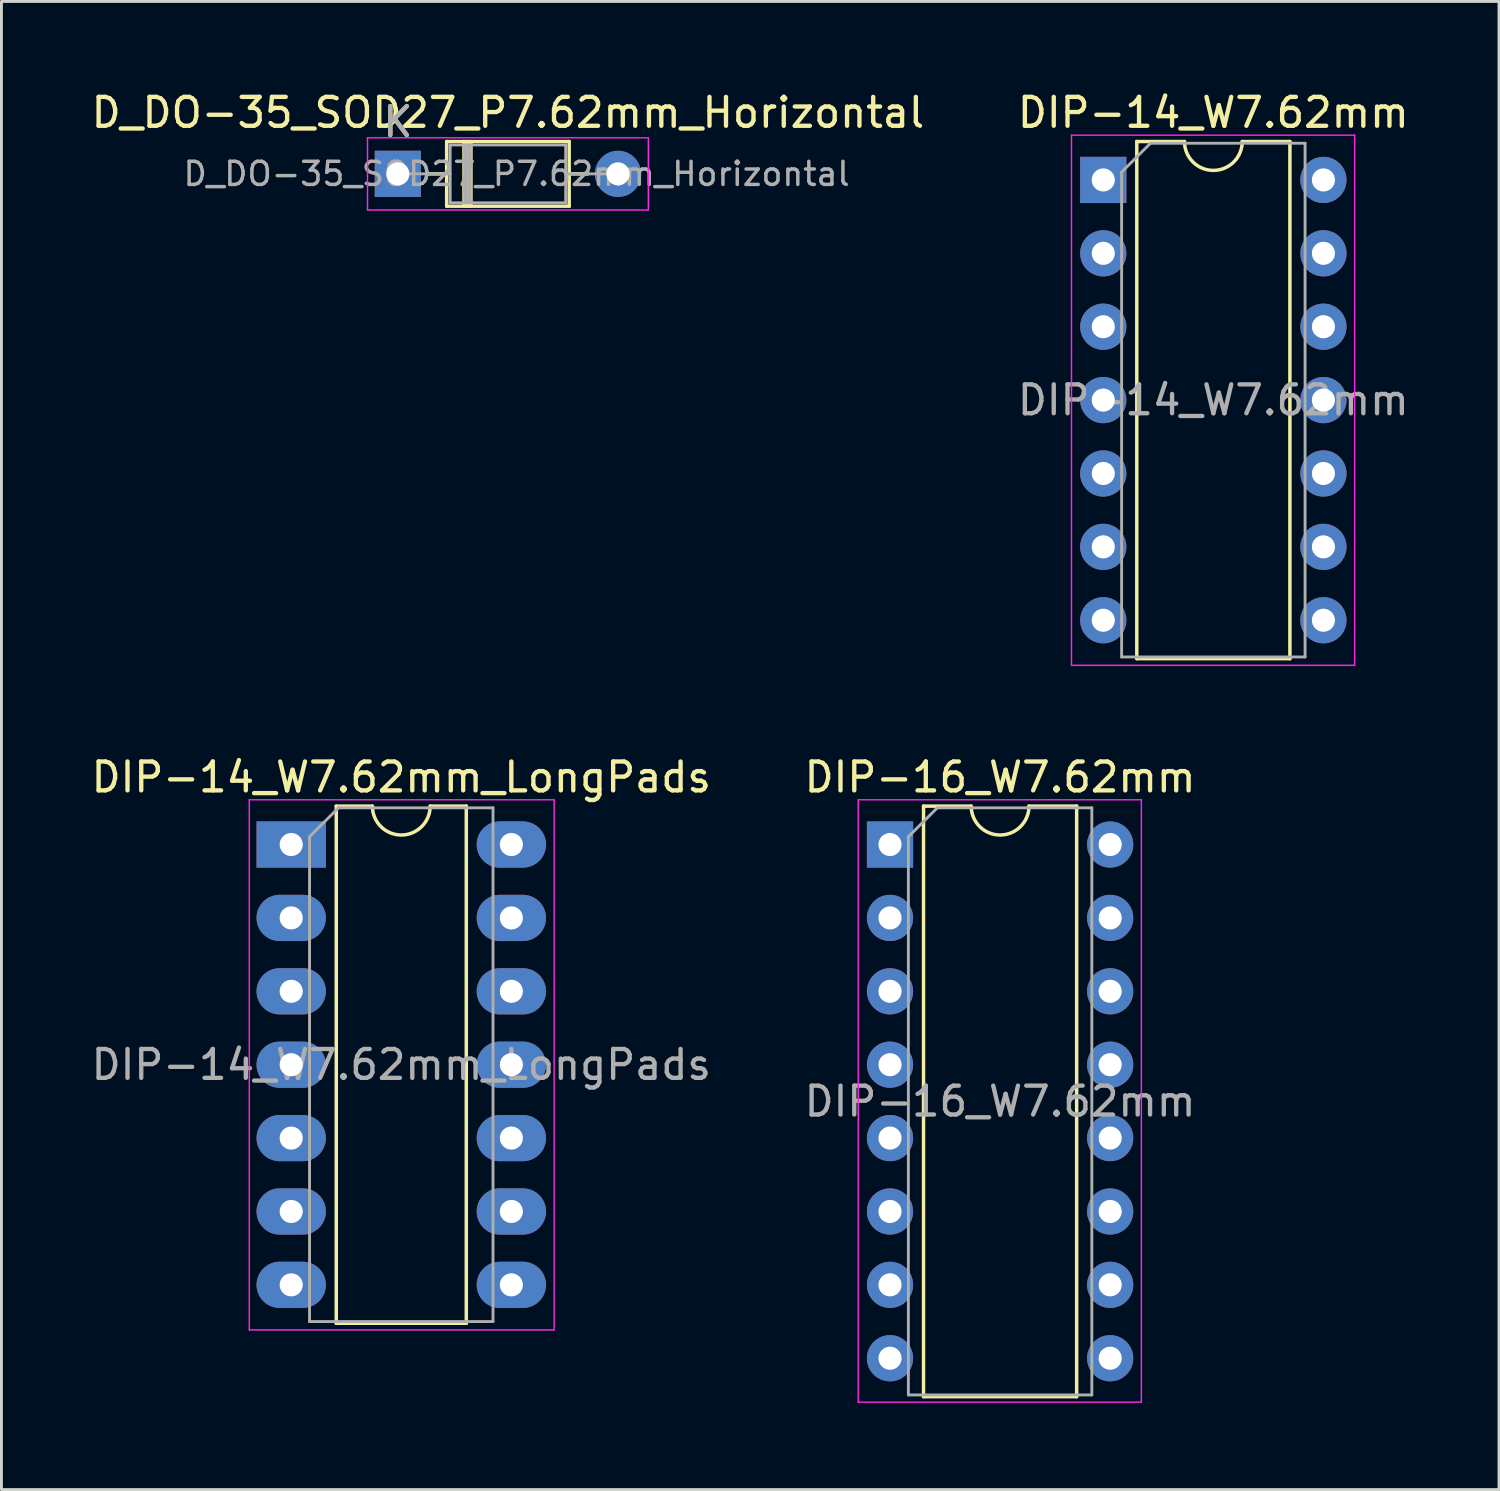
<source format=kicad_pcb>
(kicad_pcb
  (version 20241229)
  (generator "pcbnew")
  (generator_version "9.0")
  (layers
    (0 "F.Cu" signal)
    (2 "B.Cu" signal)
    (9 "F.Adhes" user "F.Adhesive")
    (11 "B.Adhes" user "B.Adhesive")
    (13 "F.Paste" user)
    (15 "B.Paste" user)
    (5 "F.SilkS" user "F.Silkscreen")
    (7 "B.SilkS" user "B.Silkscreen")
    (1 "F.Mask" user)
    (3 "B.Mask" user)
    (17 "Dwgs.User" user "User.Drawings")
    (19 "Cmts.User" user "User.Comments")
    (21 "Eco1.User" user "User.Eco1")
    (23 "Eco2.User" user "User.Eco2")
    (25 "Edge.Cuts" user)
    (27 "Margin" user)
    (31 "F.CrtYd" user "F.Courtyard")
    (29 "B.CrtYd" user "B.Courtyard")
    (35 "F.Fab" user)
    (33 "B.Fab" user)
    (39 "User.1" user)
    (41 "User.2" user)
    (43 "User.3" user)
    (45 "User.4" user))
  (footprint "D_DO-35_SOD27_P7.62mm_Horizontal"
    (layer "F.Cu")
    (at 10.72 2.968)
    (property "Reference" "D_DO-35_SOD27_P7.62mm_Horizontal" (at 3.81 -2.12 0) (layer "F.SilkS") (effects (font (size 1 1) (thickness 0.15))))
    (attr through_hole)
    (fp_line (start 1.04 0) (end 1.69 0) (stroke (width 0.12) (type solid)) (layer "F.SilkS"))
    (fp_line (start 1.69 -1.12) (end 1.69 1.12) (stroke (width 0.12) (type solid)) (layer "F.SilkS"))
    (fp_line (start 1.69 1.12) (end 5.93 1.12) (stroke (width 0.12) (type solid)) (layer "F.SilkS"))
    (fp_line (start 2.29 -1.12) (end 2.29 1.12) (stroke (width 0.12) (type solid)) (layer "F.SilkS"))
    (fp_line (start 2.41 -1.12) (end 2.41 1.12) (stroke (width 0.12) (type solid)) (layer "F.SilkS"))
    (fp_line (start 2.53 -1.12) (end 2.53 1.12) (stroke (width 0.12) (type solid)) (layer "F.SilkS"))
    (fp_line (start 5.93 -1.12) (end 1.69 -1.12) (stroke (width 0.12) (type solid)) (layer "F.SilkS"))
    (fp_line (start 5.93 1.12) (end 5.93 -1.12) (stroke (width 0.12) (type solid)) (layer "F.SilkS"))
    (fp_line (start 6.58 0) (end 5.93 0) (stroke (width 0.12) (type solid)) (layer "F.SilkS"))
    (fp_line (start -1.05 -1.25) (end -1.05 1.25) (stroke (width 0.05) (type solid)) (layer "F.CrtYd"))
    (fp_line (start -1.05 1.25) (end 8.67 1.25) (stroke (width 0.05) (type solid)) (layer "F.CrtYd"))
    (fp_line (start 8.67 -1.25) (end -1.05 -1.25) (stroke (width 0.05) (type solid)) (layer "F.CrtYd"))
    (fp_line (start 8.67 1.25) (end 8.67 -1.25) (stroke (width 0.05) (type solid)) (layer "F.CrtYd"))
    (fp_line (start 0 0) (end 1.81 0) (stroke (width 0.1) (type solid)) (layer "F.Fab"))
    (fp_line (start 1.81 -1) (end 1.81 1) (stroke (width 0.1) (type solid)) (layer "F.Fab"))
    (fp_line (start 1.81 1) (end 5.81 1) (stroke (width 0.1) (type solid)) (layer "F.Fab"))
    (fp_line (start 2.31 -1) (end 2.31 1) (stroke (width 0.1) (type solid)) (layer "F.Fab"))
    (fp_line (start 2.41 -1) (end 2.41 1) (stroke (width 0.1) (type solid)) (layer "F.Fab"))
    (fp_line (start 2.51 -1) (end 2.51 1) (stroke (width 0.1) (type solid)) (layer "F.Fab"))
    (fp_line (start 5.81 -1) (end 1.81 -1) (stroke (width 0.1) (type solid)) (layer "F.Fab"))
    (fp_line (start 5.81 1) (end 5.81 -1) (stroke (width 0.1) (type solid)) (layer "F.Fab"))
    (fp_line (start 7.62 0) (end 5.81 0) (stroke (width 0.1) (type solid)) (layer "F.Fab"))
    (fp_text user "K" (at 0 -1.8 0) (layer "F.SilkS") (effects (font (size 1 1) (thickness 0.15))))
    (fp_text user "${REFERENCE}" (at 4.11 0 0) (layer "F.Fab") (effects (font (size 0.8 0.8) (thickness 0.12))))
    (fp_text user "K" (at 0 -1.8 0) (layer "F.Fab") (effects (font (size 1 1) (thickness 0.15))))
    (pad "1" thru_hole rect (at 0 0) (size 1.6 1.6) (drill 0.8) (layers "*.Cu" "*.Mask"))
    (pad "2" thru_hole oval (at 7.62 0) (size 1.6 1.6) (drill 0.8) (layers "*.Cu" "*.Mask")))
  (footprint "DIP-14_W7.62mm"
    (layer "F.Cu")
    (at 35.136 3.178)
    (property "Reference" "DIP-14_W7.62mm" (at 3.81 -2.33 0) (layer "F.SilkS") (effects (font (size 1 1) (thickness 0.15))))
    (attr through_hole)
    (fp_line (start 1.16 -1.33) (end 1.16 16.57) (stroke (width 0.12) (type solid)) (layer "F.SilkS"))
    (fp_line (start 1.16 16.57) (end 6.46 16.57) (stroke (width 0.12) (type solid)) (layer "F.SilkS"))
    (fp_line (start 2.81 -1.33) (end 1.16 -1.33) (stroke (width 0.12) (type solid)) (layer "F.SilkS"))
    (fp_line (start 6.46 -1.33) (end 4.81 -1.33) (stroke (width 0.12) (type solid)) (layer "F.SilkS"))
    (fp_line (start 6.46 16.57) (end 6.46 -1.33) (stroke (width 0.12) (type solid)) (layer "F.SilkS"))
    (fp_arc (start 4.81 -1.33) (mid 3.81 -0.33) (end 2.81 -1.33) (stroke (width 0.12) (type solid)) (layer "F.SilkS"))
    (fp_line (start -1.1 -1.55) (end -1.1 16.8) (stroke (width 0.05) (type solid)) (layer "F.CrtYd"))
    (fp_line (start -1.1 16.8) (end 8.7 16.8) (stroke (width 0.05) (type solid)) (layer "F.CrtYd"))
    (fp_line (start 8.7 -1.55) (end -1.1 -1.55) (stroke (width 0.05) (type solid)) (layer "F.CrtYd"))
    (fp_line (start 8.7 16.8) (end 8.7 -1.55) (stroke (width 0.05) (type solid)) (layer "F.CrtYd"))
    (fp_line (start 0.635 -0.27) (end 1.635 -1.27) (stroke (width 0.1) (type solid)) (layer "F.Fab"))
    (fp_line (start 0.635 16.51) (end 0.635 -0.27) (stroke (width 0.1) (type solid)) (layer "F.Fab"))
    (fp_line (start 1.635 -1.27) (end 6.985 -1.27) (stroke (width 0.1) (type solid)) (layer "F.Fab"))
    (fp_line (start 6.985 -1.27) (end 6.985 16.51) (stroke (width 0.1) (type solid)) (layer "F.Fab"))
    (fp_line (start 6.985 16.51) (end 0.635 16.51) (stroke (width 0.1) (type solid)) (layer "F.Fab"))
    (fp_text user "${REFERENCE}" (at 3.81 7.62 0) (layer "F.Fab") (effects (font (size 1 1) (thickness 0.15))))
    (pad "1" thru_hole rect (at 0 0) (size 1.6 1.6) (drill 0.8) (layers "*.Cu" "*.Mask"))
    (pad "2" thru_hole oval (at 0 2.54) (size 1.6 1.6) (drill 0.8) (layers "*.Cu" "*.Mask"))
    (pad "3" thru_hole oval (at 0 5.08) (size 1.6 1.6) (drill 0.8) (layers "*.Cu" "*.Mask"))
    (pad "4" thru_hole oval (at 0 7.62) (size 1.6 1.6) (drill 0.8) (layers "*.Cu" "*.Mask"))
    (pad "5" thru_hole oval (at 0 10.16) (size 1.6 1.6) (drill 0.8) (layers "*.Cu" "*.Mask"))
    (pad "6" thru_hole oval (at 0 12.7) (size 1.6 1.6) (drill 0.8) (layers "*.Cu" "*.Mask"))
    (pad "7" thru_hole oval (at 0 15.24) (size 1.6 1.6) (drill 0.8) (layers "*.Cu" "*.Mask"))
    (pad "8" thru_hole oval (at 7.62 15.24) (size 1.6 1.6) (drill 0.8) (layers "*.Cu" "*.Mask"))
    (pad "9" thru_hole oval (at 7.62 12.7) (size 1.6 1.6) (drill 0.8) (layers "*.Cu" "*.Mask"))
    (pad "10" thru_hole oval (at 7.62 10.16) (size 1.6 1.6) (drill 0.8) (layers "*.Cu" "*.Mask"))
    (pad "11" thru_hole oval (at 7.62 7.62) (size 1.6 1.6) (drill 0.8) (layers "*.Cu" "*.Mask"))
    (pad "12" thru_hole oval (at 7.62 5.08) (size 1.6 1.6) (drill 0.8) (layers "*.Cu" "*.Mask"))
    (pad "13" thru_hole oval (at 7.62 2.54) (size 1.6 1.6) (drill 0.8) (layers "*.Cu" "*.Mask"))
    (pad "14" thru_hole oval (at 7.62 0) (size 1.6 1.6) (drill 0.8) (layers "*.Cu" "*.Mask")))
  (footprint "DIP-14_W7.62mm_LongPads"
    (layer "F.Cu")
    (at 7.029 26.181)
    (property "Reference" "DIP-14_W7.62mm_LongPads" (at 3.81 -2.33 0) (layer "F.SilkS") (effects (font (size 1 1) (thickness 0.15))))
    (attr through_hole)
    (fp_line (start 1.56 -1.33) (end 1.56 16.57) (stroke (width 0.12) (type solid)) (layer "F.SilkS"))
    (fp_line (start 1.56 16.57) (end 6.06 16.57) (stroke (width 0.12) (type solid)) (layer "F.SilkS"))
    (fp_line (start 2.81 -1.33) (end 1.56 -1.33) (stroke (width 0.12) (type solid)) (layer "F.SilkS"))
    (fp_line (start 6.06 -1.33) (end 4.81 -1.33) (stroke (width 0.12) (type solid)) (layer "F.SilkS"))
    (fp_line (start 6.06 16.57) (end 6.06 -1.33) (stroke (width 0.12) (type solid)) (layer "F.SilkS"))
    (fp_arc (start 4.81 -1.33) (mid 3.81 -0.33) (end 2.81 -1.33) (stroke (width 0.12) (type solid)) (layer "F.SilkS"))
    (fp_line (start -1.45 -1.55) (end -1.45 16.8) (stroke (width 0.05) (type solid)) (layer "F.CrtYd"))
    (fp_line (start -1.45 16.8) (end 9.1 16.8) (stroke (width 0.05) (type solid)) (layer "F.CrtYd"))
    (fp_line (start 9.1 -1.55) (end -1.45 -1.55) (stroke (width 0.05) (type solid)) (layer "F.CrtYd"))
    (fp_line (start 9.1 16.8) (end 9.1 -1.55) (stroke (width 0.05) (type solid)) (layer "F.CrtYd"))
    (fp_line (start 0.635 -0.27) (end 1.635 -1.27) (stroke (width 0.1) (type solid)) (layer "F.Fab"))
    (fp_line (start 0.635 16.51) (end 0.635 -0.27) (stroke (width 0.1) (type solid)) (layer "F.Fab"))
    (fp_line (start 1.635 -1.27) (end 6.985 -1.27) (stroke (width 0.1) (type solid)) (layer "F.Fab"))
    (fp_line (start 6.985 -1.27) (end 6.985 16.51) (stroke (width 0.1) (type solid)) (layer "F.Fab"))
    (fp_line (start 6.985 16.51) (end 0.635 16.51) (stroke (width 0.1) (type solid)) (layer "F.Fab"))
    (fp_text user "${REFERENCE}" (at 3.81 7.62 0) (layer "F.Fab") (effects (font (size 1 1) (thickness 0.15))))
    (pad "1" thru_hole rect (at 0 0) (size 2.4 1.6) (drill 0.8) (layers "*.Cu" "*.Mask"))
    (pad "2" thru_hole oval (at 0 2.54) (size 2.4 1.6) (drill 0.8) (layers "*.Cu" "*.Mask"))
    (pad "3" thru_hole oval (at 0 5.08) (size 2.4 1.6) (drill 0.8) (layers "*.Cu" "*.Mask"))
    (pad "4" thru_hole oval (at 0 7.62) (size 2.4 1.6) (drill 0.8) (layers "*.Cu" "*.Mask"))
    (pad "5" thru_hole oval (at 0 10.16) (size 2.4 1.6) (drill 0.8) (layers "*.Cu" "*.Mask"))
    (pad "6" thru_hole oval (at 0 12.7) (size 2.4 1.6) (drill 0.8) (layers "*.Cu" "*.Mask"))
    (pad "7" thru_hole oval (at 0 15.24) (size 2.4 1.6) (drill 0.8) (layers "*.Cu" "*.Mask"))
    (pad "8" thru_hole oval (at 7.62 15.24) (size 2.4 1.6) (drill 0.8) (layers "*.Cu" "*.Mask"))
    (pad "9" thru_hole oval (at 7.62 12.7) (size 2.4 1.6) (drill 0.8) (layers "*.Cu" "*.Mask"))
    (pad "10" thru_hole oval (at 7.62 10.16) (size 2.4 1.6) (drill 0.8) (layers "*.Cu" "*.Mask"))
    (pad "11" thru_hole oval (at 7.62 7.62) (size 2.4 1.6) (drill 0.8) (layers "*.Cu" "*.Mask"))
    (pad "12" thru_hole oval (at 7.62 5.08) (size 2.4 1.6) (drill 0.8) (layers "*.Cu" "*.Mask"))
    (pad "13" thru_hole oval (at 7.62 2.54) (size 2.4 1.6) (drill 0.8) (layers "*.Cu" "*.Mask"))
    (pad "14" thru_hole oval (at 7.62 0) (size 2.4 1.6) (drill 0.8) (layers "*.Cu" "*.Mask")))
  (footprint "DIP-16_W7.62mm"
    (layer "F.Cu")
    (at 27.755 26.181)
    (property "Reference" "DIP-16_W7.62mm" (at 3.81 -2.33 0) (layer "F.SilkS") (effects (font (size 1 1) (thickness 0.15))))
    (attr through_hole)
    (fp_line (start 1.16 -1.33) (end 1.16 19.11) (stroke (width 0.12) (type solid)) (layer "F.SilkS"))
    (fp_line (start 1.16 19.11) (end 6.46 19.11) (stroke (width 0.12) (type solid)) (layer "F.SilkS"))
    (fp_line (start 2.81 -1.33) (end 1.16 -1.33) (stroke (width 0.12) (type solid)) (layer "F.SilkS"))
    (fp_line (start 6.46 -1.33) (end 4.81 -1.33) (stroke (width 0.12) (type solid)) (layer "F.SilkS"))
    (fp_line (start 6.46 19.11) (end 6.46 -1.33) (stroke (width 0.12) (type solid)) (layer "F.SilkS"))
    (fp_arc (start 4.81 -1.33) (mid 3.81 -0.33) (end 2.81 -1.33) (stroke (width 0.12) (type solid)) (layer "F.SilkS"))
    (fp_line (start -1.1 -1.55) (end -1.1 19.3) (stroke (width 0.05) (type solid)) (layer "F.CrtYd"))
    (fp_line (start -1.1 19.3) (end 8.7 19.3) (stroke (width 0.05) (type solid)) (layer "F.CrtYd"))
    (fp_line (start 8.7 -1.55) (end -1.1 -1.55) (stroke (width 0.05) (type solid)) (layer "F.CrtYd"))
    (fp_line (start 8.7 19.3) (end 8.7 -1.55) (stroke (width 0.05) (type solid)) (layer "F.CrtYd"))
    (fp_line (start 0.635 -0.27) (end 1.635 -1.27) (stroke (width 0.1) (type solid)) (layer "F.Fab"))
    (fp_line (start 0.635 19.05) (end 0.635 -0.27) (stroke (width 0.1) (type solid)) (layer "F.Fab"))
    (fp_line (start 1.635 -1.27) (end 6.985 -1.27) (stroke (width 0.1) (type solid)) (layer "F.Fab"))
    (fp_line (start 6.985 -1.27) (end 6.985 19.05) (stroke (width 0.1) (type solid)) (layer "F.Fab"))
    (fp_line (start 6.985 19.05) (end 0.635 19.05) (stroke (width 0.1) (type solid)) (layer "F.Fab"))
    (fp_text user "${REFERENCE}" (at 3.81 8.89 0) (layer "F.Fab") (effects (font (size 1 1) (thickness 0.15))))
    (pad "1" thru_hole rect (at 0 0) (size 1.6 1.6) (drill 0.8) (layers "*.Cu" "*.Mask"))
    (pad "2" thru_hole oval (at 0 2.54) (size 1.6 1.6) (drill 0.8) (layers "*.Cu" "*.Mask"))
    (pad "3" thru_hole oval (at 0 5.08) (size 1.6 1.6) (drill 0.8) (layers "*.Cu" "*.Mask"))
    (pad "4" thru_hole oval (at 0 7.62) (size 1.6 1.6) (drill 0.8) (layers "*.Cu" "*.Mask"))
    (pad "5" thru_hole oval (at 0 10.16) (size 1.6 1.6) (drill 0.8) (layers "*.Cu" "*.Mask"))
    (pad "6" thru_hole oval (at 0 12.7) (size 1.6 1.6) (drill 0.8) (layers "*.Cu" "*.Mask"))
    (pad "7" thru_hole oval (at 0 15.24) (size 1.6 1.6) (drill 0.8) (layers "*.Cu" "*.Mask"))
    (pad "8" thru_hole oval (at 0 17.78) (size 1.6 1.6) (drill 0.8) (layers "*.Cu" "*.Mask"))
    (pad "9" thru_hole oval (at 7.62 17.78) (size 1.6 1.6) (drill 0.8) (layers "*.Cu" "*.Mask"))
    (pad "10" thru_hole oval (at 7.62 15.24) (size 1.6 1.6) (drill 0.8) (layers "*.Cu" "*.Mask"))
    (pad "11" thru_hole oval (at 7.62 12.7) (size 1.6 1.6) (drill 0.8) (layers "*.Cu" "*.Mask"))
    (pad "12" thru_hole oval (at 7.62 10.16) (size 1.6 1.6) (drill 0.8) (layers "*.Cu" "*.Mask"))
    (pad "13" thru_hole oval (at 7.62 7.62) (size 1.6 1.6) (drill 0.8) (layers "*.Cu" "*.Mask"))
    (pad "14" thru_hole oval (at 7.62 5.08) (size 1.6 1.6) (drill 0.8) (layers "*.Cu" "*.Mask"))
    (pad "15" thru_hole oval (at 7.62 2.54) (size 1.6 1.6) (drill 0.8) (layers "*.Cu" "*.Mask"))
    (pad "16" thru_hole oval (at 7.62 0) (size 1.6 1.6) (drill 0.8) (layers "*.Cu" "*.Mask")))
  (gr_rect
    (start -3 -3)
    (end 48.833 48.507)
    (stroke (width 0.1) (type default))
    (fill no)
    (layer "Edge.Cuts")))
</source>
